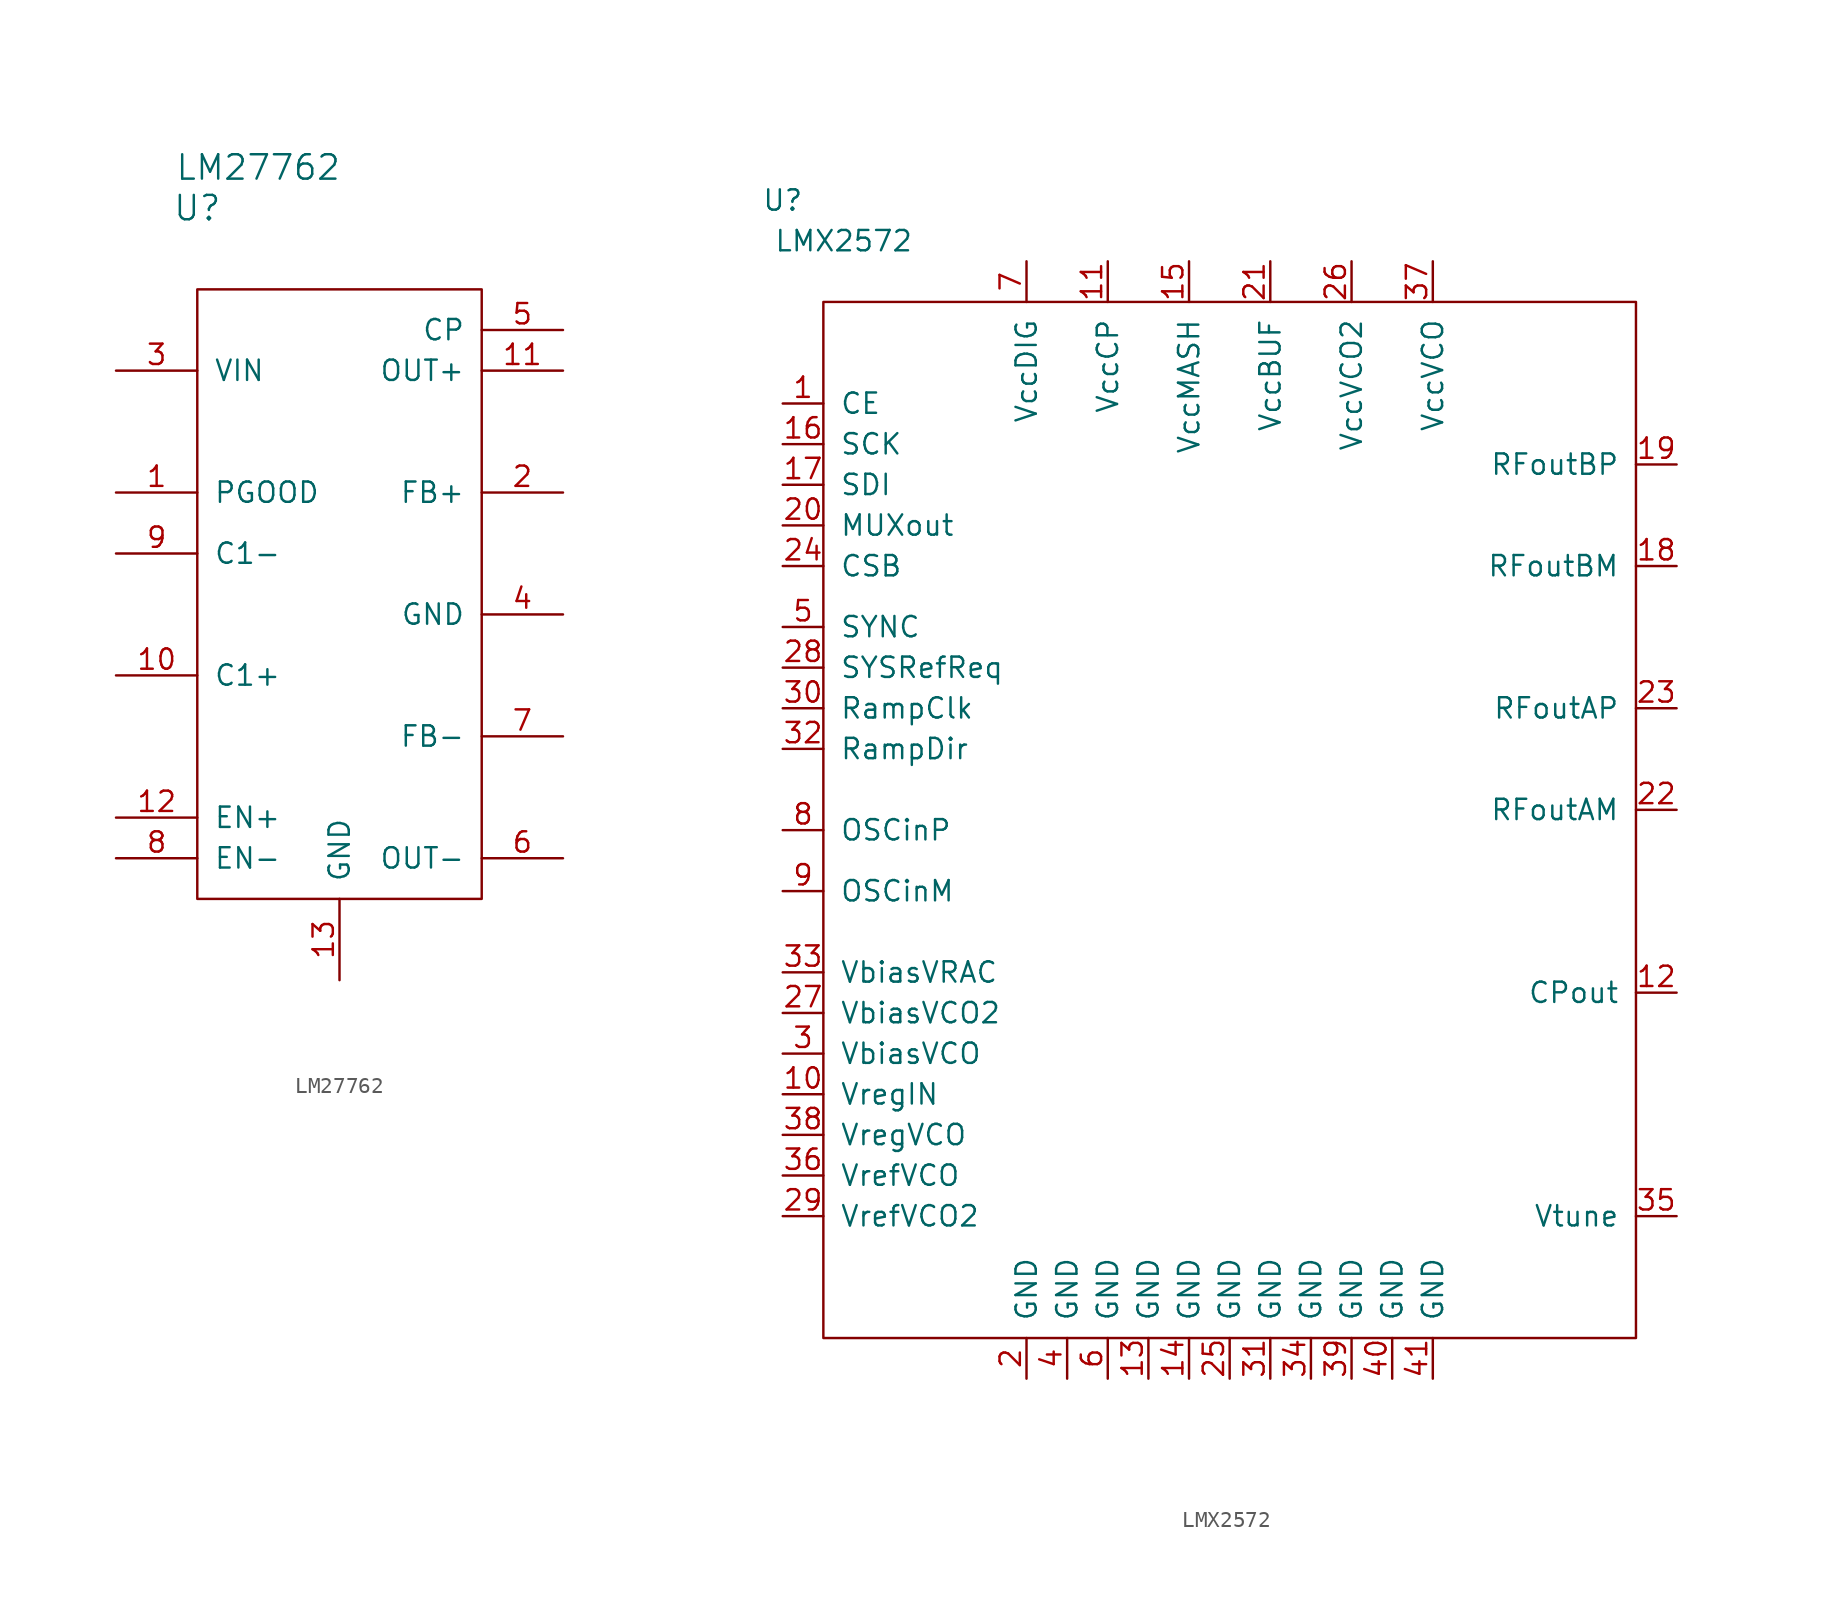
<source format=kicad_sym>
(kicad_symbol_lib
  (version 20201005)
  (generator kicad_symbol_editor)
  (symbol "vna_mm:LM27762"
    (pin_names
      (offset 1.016))
    (property "Reference" "U"
      (at -8.89 24.13 0)
      (effects (font (size 1.524 1.524))))
    (property "Value" "LM27762"
      (at -5.08 26.67 0)
      (effects (font (size 1.524 1.524))))
    (symbol "LM27762_0_1"
      (rectangle (start 8.89 19.05) (end -8.89 -19.05) (stroke (width 0)) (fill (type none))))
    (symbol "LM27762_1_1"
      (pin output line (at -13.97 6.35 0) (length 5.08) (name "PGOOD" (effects (font (size 1.27 1.27)))) (number "1" (effects (font (size 1.27 1.27)))))
      (pin input line (at -13.97 -5.08 0) (length 5.08) (name "C1+" (effects (font (size 1.27 1.27)))) (number "10" (effects (font (size 1.27 1.27)))))
      (pin output line (at 13.97 13.97 180) (length 5.08) (name "OUT+" (effects (font (size 1.27 1.27)))) (number "11" (effects (font (size 1.27 1.27)))))
      (pin input line (at -13.97 -13.97 0) (length 5.08) (name "EN+" (effects (font (size 1.27 1.27)))) (number "12" (effects (font (size 1.27 1.27)))))
      (pin output line (at 0 -24.13 90) (length 5.08) (name "GND" (effects (font (size 1.27 1.27)))) (number "13" (effects (font (size 1.27 1.27)))))
      (pin input line (at 13.97 6.35 180) (length 5.08) (name "FB+" (effects (font (size 1.27 1.27)))) (number "2" (effects (font (size 1.27 1.27)))))
      (pin power_in line (at -13.97 13.97 0) (length 5.08) (name "VIN" (effects (font (size 1.27 1.27)))) (number "3" (effects (font (size 1.27 1.27)))))
      (pin power_in line (at 13.97 -1.27 180) (length 5.08) (name "GND" (effects (font (size 1.27 1.27)))) (number "4" (effects (font (size 1.27 1.27)))))
      (pin output line (at 13.97 16.51 180) (length 5.08) (name "CP" (effects (font (size 1.27 1.27)))) (number "5" (effects (font (size 1.27 1.27)))))
      (pin output line (at 13.97 -16.51 180) (length 5.08) (name "OUT-" (effects (font (size 1.27 1.27)))) (number "6" (effects (font (size 1.27 1.27)))))
      (pin input line (at 13.97 -8.89 180) (length 5.08) (name "FB-" (effects (font (size 1.27 1.27)))) (number "7" (effects (font (size 1.27 1.27)))))
      (pin input line (at -13.97 -16.51 0) (length 5.08) (name "EN-" (effects (font (size 1.27 1.27)))) (number "8" (effects (font (size 1.27 1.27)))))
      (pin input line (at -13.97 2.54 0) (length 5.08) (name "C1-" (effects (font (size 1.27 1.27)))) (number "9" (effects (font (size 1.27 1.27)))))))
  (symbol "vna_mm:LMX2572"
    (pin_names
      (offset 1.016))
    (property "Reference" "U"
      (at -27.94 40.64 0)
      (effects (font (size 1.27 1.27))))
    (property "Value" "LMX2572"
      (at -24.13 38.1 0)
      (effects (font (size 1.27 1.27))))
    (symbol "LMX2572_0_0"
      (pin input line (at -27.94 27.94 0) (length 2.54) (name "CE" (effects (font (size 1.27 1.27)))) (number "1" (effects (font (size 1.27 1.27)))))
      (pin power_out line (at -27.94 -15.24 0) (length 2.54) (name "VregIN" (effects (font (size 1.27 1.27)))) (number "10" (effects (font (size 1.27 1.27)))))
      (pin power_in line (at -7.62 36.83 270) (length 2.54) (name "VccCP" (effects (font (size 1.27 1.27)))) (number "11" (effects (font (size 1.27 1.27)))))
      (pin output line (at 27.94 -8.89 180) (length 2.54) (name "CPout" (effects (font (size 1.27 1.27)))) (number "12" (effects (font (size 1.27 1.27)))))
      (pin power_in line (at -5.08 -33.02 90) (length 2.54) (name "GND" (effects (font (size 1.27 1.27)))) (number "13" (effects (font (size 1.27 1.27)))))
      (pin power_in line (at -2.54 -33.02 90) (length 2.54) (name "GND" (effects (font (size 1.27 1.27)))) (number "14" (effects (font (size 1.27 1.27)))))
      (pin power_in line (at -2.54 36.83 270) (length 2.54) (name "VccMASH" (effects (font (size 1.27 1.27)))) (number "15" (effects (font (size 1.27 1.27)))))
      (pin input line (at -27.94 25.4 0) (length 2.54) (name "SCK" (effects (font (size 1.27 1.27)))) (number "16" (effects (font (size 1.27 1.27)))))
      (pin input line (at -27.94 22.86 0) (length 2.54) (name "SDI" (effects (font (size 1.27 1.27)))) (number "17" (effects (font (size 1.27 1.27)))))
      (pin output line (at 27.94 17.78 180) (length 2.54) (name "RFoutBM" (effects (font (size 1.27 1.27)))) (number "18" (effects (font (size 1.27 1.27)))))
      (pin output line (at 27.94 24.13 180) (length 2.54) (name "RFoutBP" (effects (font (size 1.27 1.27)))) (number "19" (effects (font (size 1.27 1.27)))))
      (pin power_in line (at -12.7 -33.02 90) (length 2.54) (name "GND" (effects (font (size 1.27 1.27)))) (number "2" (effects (font (size 1.27 1.27)))))
      (pin input line (at -27.94 20.32 0) (length 2.54) (name "MUXout" (effects (font (size 1.27 1.27)))) (number "20" (effects (font (size 1.27 1.27)))))
      (pin power_in line (at 2.54 36.83 270) (length 2.54) (name "VccBUF" (effects (font (size 1.27 1.27)))) (number "21" (effects (font (size 1.27 1.27)))))
      (pin output line (at 27.94 2.54 180) (length 2.54) (name "RFoutAM" (effects (font (size 1.27 1.27)))) (number "22" (effects (font (size 1.27 1.27)))))
      (pin output line (at 27.94 8.89 180) (length 2.54) (name "RFoutAP" (effects (font (size 1.27 1.27)))) (number "23" (effects (font (size 1.27 1.27)))))
      (pin input line (at -27.94 17.78 0) (length 2.54) (name "CSB" (effects (font (size 1.27 1.27)))) (number "24" (effects (font (size 1.27 1.27)))))
      (pin power_in line (at 0 -33.02 90) (length 2.54) (name "GND" (effects (font (size 1.27 1.27)))) (number "25" (effects (font (size 1.27 1.27)))))
      (pin power_in line (at 7.62 36.83 270) (length 2.54) (name "VccVCO2" (effects (font (size 1.27 1.27)))) (number "26" (effects (font (size 1.27 1.27)))))
      (pin power_out line (at -27.94 -10.16 0) (length 2.54) (name "VbiasVCO2" (effects (font (size 1.27 1.27)))) (number "27" (effects (font (size 1.27 1.27)))))
      (pin input line (at -27.94 11.43 0) (length 2.54) (name "SYSRefReq" (effects (font (size 1.27 1.27)))) (number "28" (effects (font (size 1.27 1.27)))))
      (pin power_out line (at -27.94 -22.86 0) (length 2.54) (name "VrefVCO2" (effects (font (size 1.27 1.27)))) (number "29" (effects (font (size 1.27 1.27)))))
      (pin power_out line (at -27.94 -12.7 0) (length 2.54) (name "VbiasVCO" (effects (font (size 1.27 1.27)))) (number "3" (effects (font (size 1.27 1.27)))))
      (pin input line (at -27.94 8.89 0) (length 2.54) (name "RampClk" (effects (font (size 1.27 1.27)))) (number "30" (effects (font (size 1.27 1.27)))))
      (pin power_in line (at 2.54 -33.02 90) (length 2.54) (name "GND" (effects (font (size 1.27 1.27)))) (number "31" (effects (font (size 1.27 1.27)))))
      (pin input line (at -27.94 6.35 0) (length 2.54) (name "RampDir" (effects (font (size 1.27 1.27)))) (number "32" (effects (font (size 1.27 1.27)))))
      (pin power_out line (at -27.94 -7.62 0) (length 2.54) (name "VbiasVRAC" (effects (font (size 1.27 1.27)))) (number "33" (effects (font (size 1.27 1.27)))))
      (pin power_in line (at 5.08 -33.02 90) (length 2.54) (name "GND" (effects (font (size 1.27 1.27)))) (number "34" (effects (font (size 1.27 1.27)))))
      (pin input line (at 27.94 -22.86 180) (length 2.54) (name "Vtune" (effects (font (size 1.27 1.27)))) (number "35" (effects (font (size 1.27 1.27)))))
      (pin power_out line (at -27.94 -20.32 0) (length 2.54) (name "VrefVCO" (effects (font (size 1.27 1.27)))) (number "36" (effects (font (size 1.27 1.27)))))
      (pin power_in line (at 12.7 36.83 270) (length 2.54) (name "VccVCO" (effects (font (size 1.27 1.27)))) (number "37" (effects (font (size 1.27 1.27)))))
      (pin power_out line (at -27.94 -17.78 0) (length 2.54) (name "VregVCO" (effects (font (size 1.27 1.27)))) (number "38" (effects (font (size 1.27 1.27)))))
      (pin power_in line (at 7.62 -33.02 90) (length 2.54) (name "GND" (effects (font (size 1.27 1.27)))) (number "39" (effects (font (size 1.27 1.27)))))
      (pin power_in line (at -10.16 -33.02 90) (length 2.54) (name "GND" (effects (font (size 1.27 1.27)))) (number "4" (effects (font (size 1.27 1.27)))))
      (pin power_in line (at 10.16 -33.02 90) (length 2.54) (name "GND" (effects (font (size 1.27 1.27)))) (number "40" (effects (font (size 1.27 1.27)))))
      (pin power_in line (at 12.7 -33.02 90) (length 2.54) (name "GND" (effects (font (size 1.27 1.27)))) (number "41" (effects (font (size 1.27 1.27)))))
      (pin input line (at -27.94 13.97 0) (length 2.54) (name "SYNC" (effects (font (size 1.27 1.27)))) (number "5" (effects (font (size 1.27 1.27)))))
      (pin power_in line (at -7.62 -33.02 90) (length 2.54) (name "GND" (effects (font (size 1.27 1.27)))) (number "6" (effects (font (size 1.27 1.27)))))
      (pin power_in line (at -12.7 36.83 270) (length 2.54) (name "VccDIG" (effects (font (size 1.27 1.27)))) (number "7" (effects (font (size 1.27 1.27)))))
      (pin input line (at -27.94 1.27 0) (length 2.54) (name "OSCinP" (effects (font (size 1.27 1.27)))) (number "8" (effects (font (size 1.27 1.27)))))
      (pin input line (at -27.94 -2.54 0) (length 2.54) (name "OSCinM" (effects (font (size 1.27 1.27)))) (number "9" (effects (font (size 1.27 1.27))))))
    (symbol "LMX2572_0_1"
      (rectangle (start -25.4 34.29) (end 25.4 -30.48) (stroke (width 0)) (fill (type none))))))
</source>
